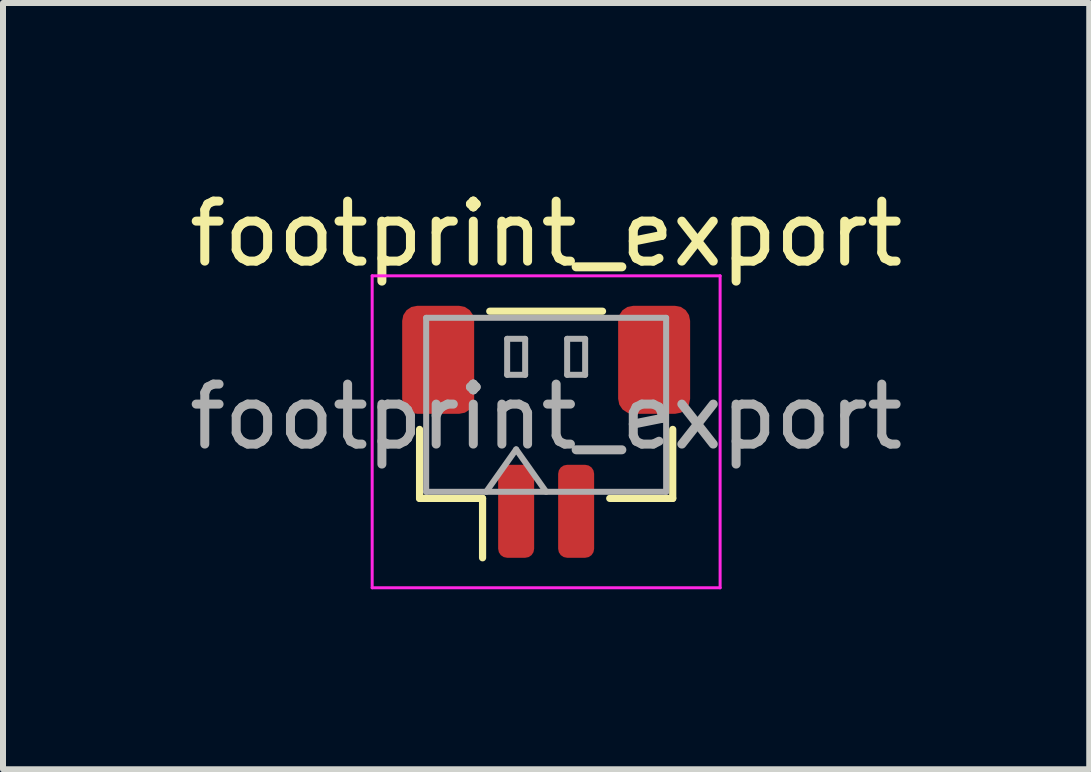
<source format=kicad_pcb>
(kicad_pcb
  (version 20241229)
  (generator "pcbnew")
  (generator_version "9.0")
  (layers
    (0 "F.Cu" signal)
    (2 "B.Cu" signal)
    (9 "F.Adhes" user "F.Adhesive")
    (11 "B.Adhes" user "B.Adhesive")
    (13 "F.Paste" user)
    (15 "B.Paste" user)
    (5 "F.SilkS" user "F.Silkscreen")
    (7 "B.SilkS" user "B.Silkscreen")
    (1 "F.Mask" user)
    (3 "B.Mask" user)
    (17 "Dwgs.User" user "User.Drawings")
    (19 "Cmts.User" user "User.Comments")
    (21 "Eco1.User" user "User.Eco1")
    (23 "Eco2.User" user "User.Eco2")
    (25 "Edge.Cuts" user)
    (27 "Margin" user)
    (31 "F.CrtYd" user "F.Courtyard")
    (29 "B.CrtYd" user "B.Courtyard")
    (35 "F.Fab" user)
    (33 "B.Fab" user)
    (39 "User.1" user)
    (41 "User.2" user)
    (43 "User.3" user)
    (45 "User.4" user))
  (footprint "footprint_export"
    (layer "F.Cu")
    (at 6.054 4.148)
    (property "Reference" "footprint_export" (at 0 -3.3 0) (layer "F.SilkS") (effects (font (size 1 1) (thickness 0.15))))
    (attr smd)
    (fp_line (start -2.11 -0.04) (end -2.11 1.11) (stroke (width 0.12) (type solid)) (layer "F.SilkS"))
    (fp_line (start -2.11 1.11) (end -1.06 1.11) (stroke (width 0.12) (type solid)) (layer "F.SilkS"))
    (fp_line (start -1.06 1.11) (end -1.06 2.1) (stroke (width 0.12) (type solid)) (layer "F.SilkS"))
    (fp_line (start -0.94 -2.01) (end 0.94 -2.01) (stroke (width 0.12) (type solid)) (layer "F.SilkS"))
    (fp_line (start 2.11 -0.04) (end 2.11 1.11) (stroke (width 0.12) (type solid)) (layer "F.SilkS"))
    (fp_line (start 2.11 1.11) (end 1.06 1.11) (stroke (width 0.12) (type solid)) (layer "F.SilkS"))
    (fp_line (start -2.9 -2.6) (end -2.9 2.6) (stroke (width 0.05) (type solid)) (layer "F.CrtYd"))
    (fp_line (start -2.9 2.6) (end 2.9 2.6) (stroke (width 0.05) (type solid)) (layer "F.CrtYd"))
    (fp_line (start 2.9 -2.6) (end -2.9 -2.6) (stroke (width 0.05) (type solid)) (layer "F.CrtYd"))
    (fp_line (start 2.9 2.6) (end 2.9 -2.6) (stroke (width 0.05) (type solid)) (layer "F.CrtYd"))
    (fp_line (start -2 -1.9) (end 2 -1.9) (stroke (width 0.1) (type solid)) (layer "F.Fab"))
    (fp_line (start -2 1) (end -2 -1.9) (stroke (width 0.1) (type solid)) (layer "F.Fab"))
    (fp_line (start -2 1) (end 2 1) (stroke (width 0.1) (type solid)) (layer "F.Fab"))
    (fp_line (start -1 1) (end -0.5 0.293) (stroke (width 0.1) (type solid)) (layer "F.Fab"))
    (fp_line (start -0.65 -1.55) (end -0.65 -0.95) (stroke (width 0.1) (type solid)) (layer "F.Fab"))
    (fp_line (start -0.65 -0.95) (end -0.35 -0.95) (stroke (width 0.1) (type solid)) (layer "F.Fab"))
    (fp_line (start -0.5 0.293) (end 0 1) (stroke (width 0.1) (type solid)) (layer "F.Fab"))
    (fp_line (start -0.35 -1.55) (end -0.65 -1.55) (stroke (width 0.1) (type solid)) (layer "F.Fab"))
    (fp_line (start -0.35 -0.95) (end -0.35 -1.55) (stroke (width 0.1) (type solid)) (layer "F.Fab"))
    (fp_line (start 0.35 -1.55) (end 0.35 -0.95) (stroke (width 0.1) (type solid)) (layer "F.Fab"))
    (fp_line (start 0.35 -0.95) (end 0.65 -0.95) (stroke (width 0.1) (type solid)) (layer "F.Fab"))
    (fp_line (start 0.65 -1.55) (end 0.35 -1.55) (stroke (width 0.1) (type solid)) (layer "F.Fab"))
    (fp_line (start 0.65 -0.95) (end 0.65 -1.55) (stroke (width 0.1) (type solid)) (layer "F.Fab"))
    (fp_line (start 2 1) (end 2 -1.9) (stroke (width 0.1) (type solid)) (layer "F.Fab"))
    (fp_text user "${REFERENCE}" (at 0 -0.25 0) (layer "F.Fab") (effects (font (size 1 1) (thickness 0.15))))
    (pad "1" smd roundrect (at -0.5 1.325) (size 0.6 1.55) (layers "F.Cu" "F.Mask" "F.Paste") (roundrect_rratio 0.25))
    (pad "2" smd roundrect (at 0.5 1.325) (size 0.6 1.55) (layers "F.Cu" "F.Mask" "F.Paste") (roundrect_rratio 0.25))
    (pad "MP" smd roundrect (at -1.8 -1.2) (size 1.2 1.8) (layers "F.Cu" "F.Mask" "F.Paste") (roundrect_rratio 0.208))
    (pad "MP" smd roundrect (at 1.8 -1.2) (size 1.2 1.8) (layers "F.Cu" "F.Mask" "F.Paste") (roundrect_rratio 0.208)))
  (gr_rect
    (start -3 -3)
    (end 15.107 9.773)
    (stroke (width 0.1) (type default))
    (fill no)
    (layer "Edge.Cuts")))
</source>
